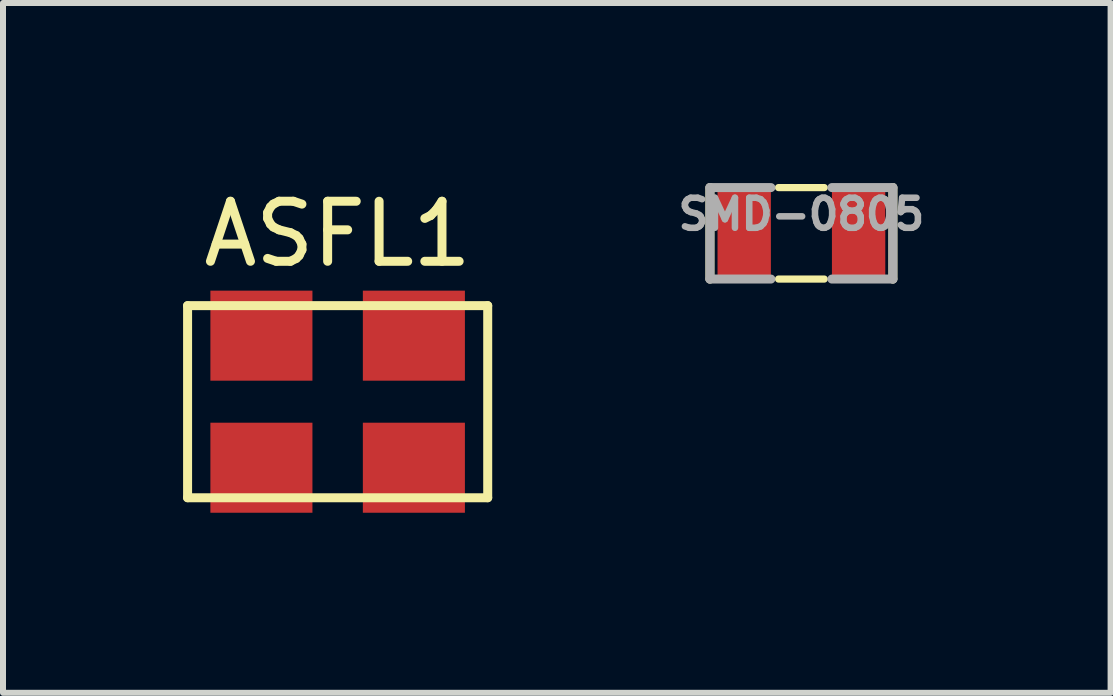
<source format=kicad_pcb>
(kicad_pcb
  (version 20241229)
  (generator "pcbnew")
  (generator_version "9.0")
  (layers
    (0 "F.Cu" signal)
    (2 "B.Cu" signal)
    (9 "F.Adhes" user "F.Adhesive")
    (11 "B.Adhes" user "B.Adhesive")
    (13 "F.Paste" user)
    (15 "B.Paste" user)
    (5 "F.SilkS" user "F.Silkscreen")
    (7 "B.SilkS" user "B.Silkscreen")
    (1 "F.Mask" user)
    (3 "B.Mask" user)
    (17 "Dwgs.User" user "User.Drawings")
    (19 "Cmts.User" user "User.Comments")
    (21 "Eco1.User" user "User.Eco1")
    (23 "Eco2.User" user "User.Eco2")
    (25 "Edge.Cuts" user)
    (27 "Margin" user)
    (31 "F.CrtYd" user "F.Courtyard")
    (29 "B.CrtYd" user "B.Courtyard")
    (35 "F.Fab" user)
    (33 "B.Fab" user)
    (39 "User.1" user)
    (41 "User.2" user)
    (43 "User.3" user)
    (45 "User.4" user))
  (footprint "ASFL1"
    (layer "F.Cu")
    (at 2.575 3.642)
    (property "Reference" "ASFL1" (at 0 -2.794 0) (layer "F.SilkS") (effects (font (size 1 1) (thickness 0.15))))
    (attr through_hole)
    (fp_line (start -2.5 -1.6) (end 2.5 -1.6) (stroke (width 0.15) (type solid)) (layer "F.SilkS"))
    (fp_line (start -2.5 1.6) (end -2.5 -1.6) (stroke (width 0.15) (type solid)) (layer "F.SilkS"))
    (fp_line (start 2.5 -1.6) (end 2.5 1.6) (stroke (width 0.15) (type solid)) (layer "F.SilkS"))
    (fp_line (start 2.5 1.6) (end -2.5 1.6) (stroke (width 0.15) (type solid)) (layer "F.SilkS"))
    (pad "1" smd rect (at -1.27 1.1) (size 1.7 1.5) (layers "F.Cu" "F.Mask" "F.Paste"))
    (pad "2" smd rect (at 1.27 1.1) (size 1.7 1.5) (layers "F.Cu" "F.Mask" "F.Paste"))
    (pad "3" smd rect (at 1.27 -1.1) (size 1.7 1.5) (layers "F.Cu" "F.Mask" "F.Paste"))
    (pad "4" smd rect (at -1.27 -1.1) (size 1.7 1.5) (layers "F.Cu" "F.Mask" "F.Paste")))
  (footprint "SMD-0805"
    (layer "F.Cu")
    (at 10.301 0.837)
    (property "Reference" "SMD-0805" (at 0 -0.318 0) (layer "F.Fab") (effects (font (size 0.5 0.5) (thickness 0.109))))
    (attr smd)
    (fp_line (start -1.524 0.762) (end -1.524 -0.762) (stroke (width 0.15) (type solid)) (layer "F.SilkS"))
    (fp_line (start -0.381 -0.762) (end 0.381 -0.762) (stroke (width 0.12) (type solid)) (layer "F.SilkS"))
    (fp_line (start -0.381 0.762) (end 0.381 0.762) (stroke (width 0.12) (type solid)) (layer "F.SilkS"))
    (fp_line (start 1.524 -0.762) (end 1.524 0.762) (stroke (width 0.15) (type solid)) (layer "F.SilkS"))
    (fp_line (start -1.524 -0.762) (end -0.508 -0.762) (stroke (width 0.15) (type solid)) (layer "F.Fab"))
    (fp_line (start -1.524 0.762) (end -1.524 -0.762) (stroke (width 0.15) (type solid)) (layer "F.Fab"))
    (fp_line (start -0.508 0.762) (end -1.524 0.762) (stroke (width 0.15) (type solid)) (layer "F.Fab"))
    (fp_line (start 0.508 -0.762) (end 1.524 -0.762) (stroke (width 0.15) (type solid)) (layer "F.Fab"))
    (fp_line (start 1.524 -0.762) (end 1.524 0.762) (stroke (width 0.15) (type solid)) (layer "F.Fab"))
    (fp_line (start 1.524 0.762) (end 0.508 0.762) (stroke (width 0.15) (type solid)) (layer "F.Fab"))
    (pad "1" smd rect (at -0.953 0) (size 0.889 1.397) (layers "F.Cu" "F.Mask" "F.Paste"))
    (pad "2" smd rect (at 0.953 0) (size 0.889 1.397) (layers "F.Cu" "F.Mask" "F.Paste")))
  (gr_rect
    (start -3 -3)
    (end 15.452 8.492)
    (stroke (width 0.1) (type default))
    (fill no)
    (layer "Edge.Cuts")))
</source>
